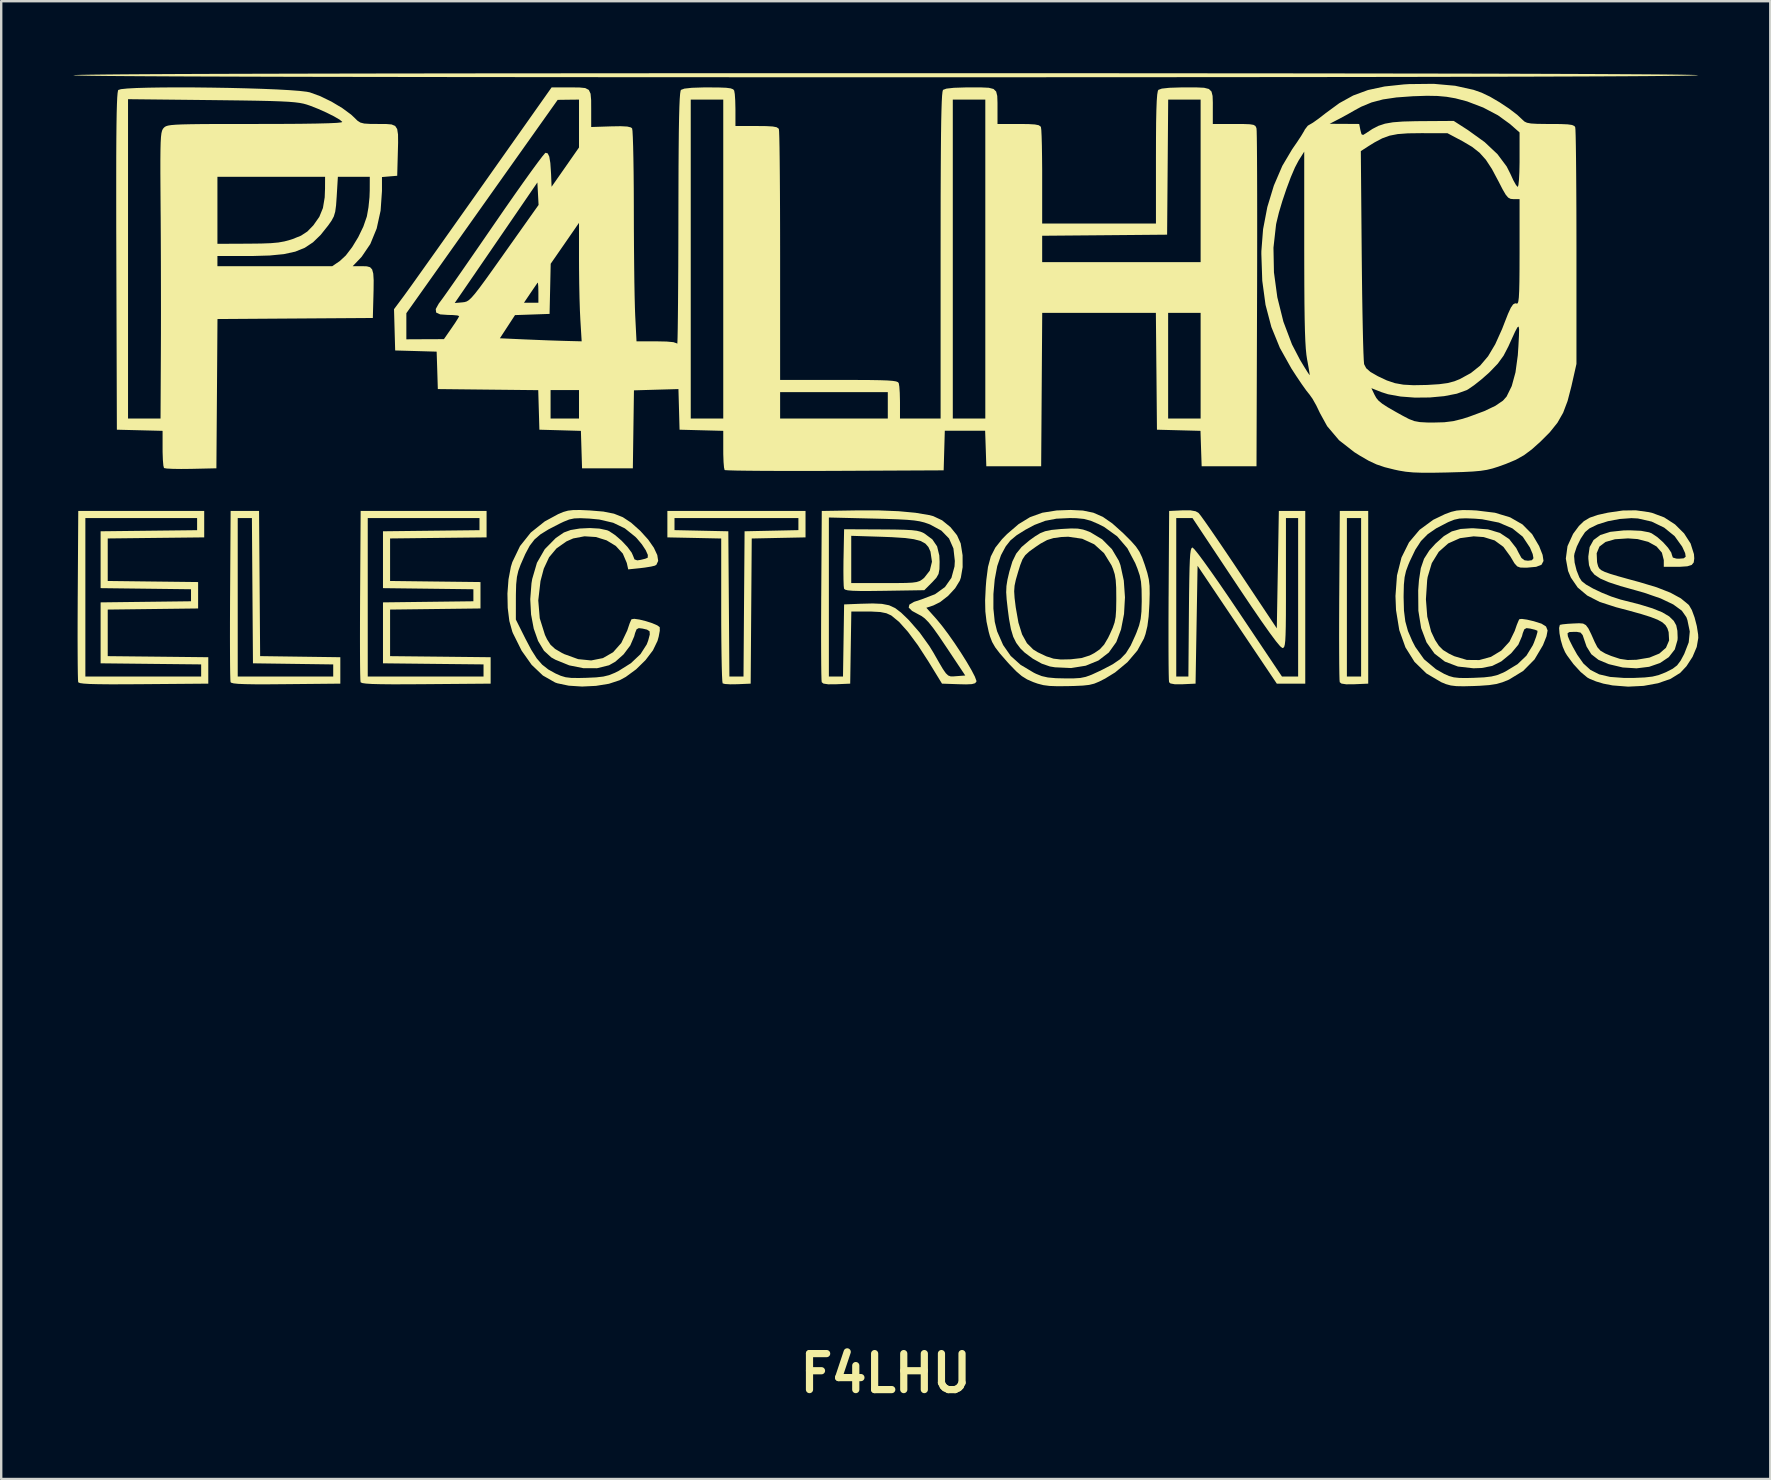
<source format=kicad_pcb>
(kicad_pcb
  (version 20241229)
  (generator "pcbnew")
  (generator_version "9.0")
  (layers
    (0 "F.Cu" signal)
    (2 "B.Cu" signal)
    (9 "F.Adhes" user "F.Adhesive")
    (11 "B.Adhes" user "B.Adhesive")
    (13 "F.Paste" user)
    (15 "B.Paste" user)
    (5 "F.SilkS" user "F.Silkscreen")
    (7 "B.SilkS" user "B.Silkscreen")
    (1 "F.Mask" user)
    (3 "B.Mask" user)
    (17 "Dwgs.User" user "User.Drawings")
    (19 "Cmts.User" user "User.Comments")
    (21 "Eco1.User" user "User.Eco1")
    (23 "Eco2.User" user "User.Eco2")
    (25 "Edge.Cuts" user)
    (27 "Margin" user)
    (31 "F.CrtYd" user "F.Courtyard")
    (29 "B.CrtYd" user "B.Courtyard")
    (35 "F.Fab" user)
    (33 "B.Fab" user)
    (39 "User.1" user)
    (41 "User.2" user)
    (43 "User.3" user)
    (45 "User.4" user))
  (footprint "F4LHU"
    (layer "F.Cu")
    (at 33.867 54.187)
    (property "Reference" "F4LHU" (at 0 0 0) (layer "F.SilkS") (effects (font (size 1.5 1.5) (thickness 0.3))))
    (attr board_only exclude_from_pos_files exclude_from_bom)
    (fp_poly (pts (xy 20.108 -32.343) (xy 20.108 -28.744) (xy 19.536 -28.719) (xy 19.193 -28.716) (xy 18.994 -28.746) (xy 18.921 -28.804) (xy 18.912 -28.91) (xy 18.905 -29.167) (xy 18.9 -29.556) (xy 18.897 -30.06) (xy 18.895 -30.66) (xy 18.896 -31.338) (xy 18.899 -32.074) (xy 18.9 -32.343) (xy 19.219 -32.343) (xy 19.219 -29.041) (xy 19.516 -29.041) (xy 19.812 -29.041) (xy 19.812 -32.343) (xy 19.812 -35.645) (xy 19.516 -35.645) (xy 19.219 -35.645) (xy 19.219 -32.343) (xy 18.9 -32.343) (xy 18.901 -32.427) (xy 18.923 -35.941) (xy 19.516 -35.941) (xy 20.108 -35.941)) (stroke (width 0) (type solid)) (fill yes) (layer "F.SilkS"))
    (fp_poly (pts (xy -26.097 -32.916) (xy -26.075 -29.891) (xy -24.404 -29.868) (xy -22.733 -29.845) (xy -22.733 -29.295) (xy -22.733 -28.744) (xy -25 -28.722) (xy -25.712 -28.716) (xy -26.27 -28.716) (xy -26.69 -28.723) (xy -26.988 -28.735) (xy -27.181 -28.755) (xy -27.282 -28.783) (xy -27.308 -28.807) (xy -27.316 -28.912) (xy -27.323 -29.168) (xy -27.328 -29.557) (xy -27.331 -30.061) (xy -27.333 -30.66) (xy -27.332 -31.337) (xy -27.329 -32.074) (xy -27.328 -32.343) (xy -27.009 -32.343) (xy -27.009 -29.041) (xy -25.019 -29.041) (xy -23.029 -29.041) (xy -23.029 -29.293) (xy -23.029 -29.545) (xy -24.702 -29.568) (xy -26.374 -29.591) (xy -26.396 -32.618) (xy -26.418 -35.645) (xy -26.713 -35.645) (xy -27.009 -35.645) (xy -27.009 -32.343) (xy -27.328 -32.343) (xy -27.327 -32.427) (xy -27.305 -35.941) (xy -26.712 -35.941) (xy -26.12 -35.941)) (stroke (width 0) (type solid)) (fill yes) (layer "F.SilkS"))
    (fp_poly (pts (xy -3.344 -35.391) (xy -3.344 -34.84) (xy -4.465 -34.817) (xy -5.586 -34.793) (xy -5.608 -31.769) (xy -5.63 -28.744) (xy -6.184 -28.72) (xy -6.477 -28.716) (xy -6.699 -28.729) (xy -6.798 -28.755) (xy -6.812 -28.851) (xy -6.825 -29.096) (xy -6.836 -29.472) (xy -6.845 -29.958) (xy -6.852 -30.535) (xy -6.857 -31.184) (xy -6.858 -31.804) (xy -6.858 -34.793) (xy -7.98 -34.817) (xy -9.102 -34.84) (xy -9.102 -35.391) (xy -9.102 -35.393) (xy -8.805 -35.393) (xy -8.805 -35.142) (xy -7.684 -35.118) (xy -6.562 -35.094) (xy -6.539 -32.068) (xy -6.517 -29.041) (xy -6.223 -29.041) (xy -5.929 -29.041) (xy -5.907 -32.068) (xy -5.884 -35.094) (xy -4.763 -35.118) (xy -3.641 -35.142) (xy -3.641 -35.393) (xy -3.641 -35.645) (xy -6.223 -35.645) (xy -8.805 -35.645) (xy -8.805 -35.393) (xy -9.102 -35.393) (xy -9.102 -35.941) (xy -6.223 -35.941) (xy -3.344 -35.941)) (stroke (width 0) (type solid)) (fill yes) (layer "F.SilkS"))
    (fp_poly (pts (xy -0.2 -35.171) (xy 0.36 -35.167) (xy 0.777 -35.157) (xy 1.08 -35.141) (xy 1.296 -35.115) (xy 1.451 -35.076) (xy 1.574 -35.023) (xy 1.611 -35.002) (xy 1.941 -34.757) (xy 2.14 -34.465) (xy 2.232 -34.086) (xy 2.244 -33.82) (xy 2.237 -33.515) (xy 2.2 -33.316) (xy 2.11 -33.158) (xy 1.943 -32.976) (xy 1.925 -32.958) (xy 1.606 -32.639) (xy -0.044 -32.613) (xy -0.633 -32.606) (xy -1.072 -32.606) (xy -1.382 -32.615) (xy -1.584 -32.633) (xy -1.696 -32.663) (xy -1.739 -32.702) (xy -1.753 -32.825) (xy -1.762 -33.083) (xy -1.765 -33.441) (xy -1.762 -33.866) (xy -1.761 -33.92) (xy -1.439 -33.92) (xy -1.439 -32.935) (xy -0.049 -32.935) (xy 0.467 -32.936) (xy 0.841 -32.941) (xy 1.104 -32.954) (xy 1.284 -32.979) (xy 1.409 -33.019) (xy 1.509 -33.079) (xy 1.599 -33.152) (xy 1.835 -33.454) (xy 1.926 -33.826) (xy 1.864 -34.243) (xy 1.862 -34.25) (xy 1.777 -34.439) (xy 1.648 -34.583) (xy 1.454 -34.689) (xy 1.17 -34.764) (xy 0.776 -34.815) (xy 0.249 -34.849) (xy -0.148 -34.864) (xy -1.439 -34.905) (xy -1.439 -33.92) (xy -1.761 -33.92) (xy -1.759 -33.998) (xy -1.736 -35.179)) (stroke (width 0) (type solid)) (fill yes) (layer "F.SilkS"))
    (fp_poly (pts (xy -28.406 -35.391) (xy -28.406 -34.84) (xy -30.417 -34.818) (xy -32.427 -34.795) (xy -32.427 -33.909) (xy -32.427 -33.023) (xy -30.544 -33) (xy -28.66 -32.978) (xy -28.66 -32.427) (xy -28.66 -31.877) (xy -30.544 -31.854) (xy -32.427 -31.831) (xy -32.427 -30.861) (xy -32.427 -29.89) (xy -30.332 -29.868) (xy -28.236 -29.845) (xy -28.236 -29.295) (xy -28.236 -28.744) (xy -30.927 -28.722) (xy -31.707 -28.717) (xy -32.333 -28.716) (xy -32.818 -28.721) (xy -33.178 -28.73) (xy -33.427 -28.746) (xy -33.58 -28.767) (xy -33.65 -28.796) (xy -33.658 -28.807) (xy -33.666 -28.912) (xy -33.673 -29.168) (xy -33.678 -29.557) (xy -33.681 -30.061) (xy -33.683 -30.66) (xy -33.682 -31.337) (xy -33.679 -32.074) (xy -33.678 -32.343) (xy -33.359 -32.343) (xy -33.359 -29.041) (xy -30.946 -29.041) (xy -28.533 -29.041) (xy -28.533 -29.293) (xy -28.533 -29.546) (xy -30.628 -29.568) (xy -32.724 -29.591) (xy -32.724 -30.861) (xy -32.724 -32.131) (xy -30.84 -32.154) (xy -28.956 -32.177) (xy -28.956 -32.427) (xy -28.956 -32.678) (xy -30.84 -32.701) (xy -32.724 -32.724) (xy -32.724 -33.909) (xy -32.724 -35.094) (xy -30.713 -35.117) (xy -28.702 -35.14) (xy -28.702 -35.392) (xy -28.702 -35.645) (xy -31.03 -35.645) (xy -33.359 -35.645) (xy -33.359 -32.343) (xy -33.678 -32.343) (xy -33.677 -32.427) (xy -33.655 -35.941) (xy -31.03 -35.941) (xy -28.406 -35.941)) (stroke (width 0) (type solid)) (fill yes) (layer "F.SilkS"))
    (fp_poly (pts (xy -16.637 -35.391) (xy -16.637 -34.84) (xy -18.648 -34.818) (xy -20.659 -34.795) (xy -20.659 -33.909) (xy -20.659 -33.023) (xy -18.775 -33) (xy -16.891 -32.978) (xy -16.891 -32.427) (xy -16.891 -31.877) (xy -18.775 -31.854) (xy -20.659 -31.831) (xy -20.659 -30.861) (xy -20.659 -29.89) (xy -18.563 -29.868) (xy -16.468 -29.845) (xy -16.468 -29.295) (xy -16.468 -28.744) (xy -19.158 -28.722) (xy -19.938 -28.717) (xy -20.564 -28.716) (xy -21.05 -28.721) (xy -21.41 -28.73) (xy -21.659 -28.746) (xy -21.811 -28.767) (xy -21.882 -28.796) (xy -21.889 -28.807) (xy -21.898 -28.912) (xy -21.905 -29.168) (xy -21.91 -29.557) (xy -21.913 -30.061) (xy -21.914 -30.66) (xy -21.913 -31.337) (xy -21.91 -32.074) (xy -21.909 -32.343) (xy -21.59 -32.343) (xy -21.59 -29.041) (xy -19.177 -29.041) (xy -16.764 -29.041) (xy -16.764 -29.293) (xy -16.764 -29.546) (xy -18.86 -29.568) (xy -20.955 -29.591) (xy -20.955 -30.861) (xy -20.955 -32.131) (xy -19.071 -32.154) (xy -17.187 -32.177) (xy -17.187 -32.427) (xy -17.187 -32.678) (xy -19.071 -32.701) (xy -20.955 -32.724) (xy -20.955 -33.909) (xy -20.955 -35.094) (xy -18.944 -35.117) (xy -16.933 -35.14) (xy -16.933 -35.392) (xy -16.933 -35.645) (xy -19.262 -35.645) (xy -21.59 -35.645) (xy -21.59 -32.343) (xy -21.909 -32.343) (xy -21.908 -32.427) (xy -21.886 -35.941) (xy -19.262 -35.941) (xy -16.637 -35.941)) (stroke (width 0) (type solid)) (fill yes) (layer "F.SilkS"))
    (fp_poly (pts (xy 3.286 -54.186) (xy 6.406 -54.186) (xy 9.358 -54.185) (xy 12.143 -54.183) (xy 14.761 -54.181) (xy 17.212 -54.179) (xy 19.495 -54.176) (xy 21.61 -54.173) (xy 23.557 -54.17) (xy 25.337 -54.166) (xy 26.948 -54.161) (xy 28.391 -54.156) (xy 29.666 -54.151) (xy 30.772 -54.145) (xy 31.71 -54.139) (xy 32.479 -54.133) (xy 33.08 -54.126) (xy 33.511 -54.118) (xy 33.773 -54.111) (xy 33.866 -54.102) (xy 33.867 -54.102) (xy 33.782 -54.094) (xy 33.528 -54.086) (xy 33.105 -54.079) (xy 32.513 -54.072) (xy 31.753 -54.065) (xy 30.823 -54.059) (xy 29.725 -54.053) (xy 28.459 -54.048) (xy 27.024 -54.043) (xy 25.421 -54.039) (xy 23.65 -54.035) (xy 21.711 -54.031) (xy 19.604 -54.028) (xy 17.33 -54.025) (xy 14.888 -54.023) (xy 12.278 -54.021) (xy 9.501 -54.019) (xy 6.557 -54.018) (xy 3.446 -54.018) (xy 0.168 -54.017) (xy -0.000001 -54.017) (xy -3.286 -54.018) (xy -6.406 -54.018) (xy -9.358 -54.019) (xy -12.143 -54.021) (xy -14.761 -54.023) (xy -17.212 -54.025) (xy -19.495 -54.028) (xy -21.61 -54.031) (xy -23.557 -54.034) (xy -25.337 -54.038) (xy -26.948 -54.043) (xy -28.391 -54.048) (xy -29.666 -54.053) (xy -30.772 -54.059) (xy -31.71 -54.065) (xy -32.479 -54.071) (xy -33.08 -54.078) (xy -33.511 -54.086) (xy -33.773 -54.093) (xy -33.866 -54.102) (xy -33.867 -54.102) (xy -33.782 -54.11) (xy -33.528 -54.118) (xy -33.105 -54.125) (xy -32.513 -54.132) (xy -31.753 -54.139) (xy -30.823 -54.145) (xy -29.725 -54.151) (xy -28.459 -54.156) (xy -27.024 -54.161) (xy -25.421 -54.165) (xy -23.65 -54.169) (xy -21.711 -54.173) (xy -19.604 -54.176) (xy -17.33 -54.179) (xy -14.888 -54.181) (xy -12.278 -54.183) (xy -9.501 -54.185) (xy -6.557 -54.186) (xy -3.446 -54.186) (xy -0.168 -54.187) (xy -0.000001 -54.187)) (stroke (width 0) (type solid)) (fill yes) (layer "F.SilkS"))
    (fp_poly (pts (xy 12.916 -35.928) (xy 13.038 -35.857) (xy 13.119 -35.756) (xy 13.282 -35.531) (xy 13.513 -35.201) (xy 13.801 -34.782) (xy 14.133 -34.293) (xy 14.498 -33.751) (xy 14.742 -33.385) (xy 16.298 -31.048) (xy 16.341 -33.494) (xy 16.383 -35.941) (xy 16.933 -35.941) (xy 17.484 -35.941) (xy 17.484 -32.343) (xy 17.484 -28.744) (xy 16.891 -28.744) (xy 16.298 -28.744) (xy 14.647 -31.2) (xy 12.996 -33.655) (xy 12.954 -31.2) (xy 12.912 -28.744) (xy 12.381 -28.719) (xy 12.051 -28.717) (xy 11.865 -28.752) (xy 11.809 -28.804) (xy 11.8 -28.91) (xy 11.793 -29.167) (xy 11.788 -29.556) (xy 11.785 -30.06) (xy 11.784 -30.66) (xy 11.784 -31.338) (xy 11.787 -32.074) (xy 11.788 -32.343) (xy 12.107 -32.343) (xy 12.107 -29.041) (xy 12.36 -29.041) (xy 12.613 -29.041) (xy 12.635 -31.729) (xy 12.642 -32.484) (xy 12.651 -33.086) (xy 12.661 -33.551) (xy 12.674 -33.897) (xy 12.69 -34.14) (xy 12.712 -34.297) (xy 12.739 -34.383) (xy 12.772 -34.415) (xy 12.785 -34.417) (xy 12.86 -34.348) (xy 13.019 -34.152) (xy 13.251 -33.841) (xy 13.546 -33.429) (xy 13.895 -32.93) (xy 14.288 -32.358) (xy 14.712 -31.729) (xy 16.513 -29.041) (xy 16.85 -29.041) (xy 17.187 -29.041) (xy 17.187 -32.343) (xy 17.187 -35.645) (xy 16.933 -35.645) (xy 16.679 -35.645) (xy 16.679 -32.935) (xy 16.679 -32.185) (xy 16.677 -31.588) (xy 16.672 -31.125) (xy 16.663 -30.78) (xy 16.651 -30.537) (xy 16.632 -30.377) (xy 16.608 -30.283) (xy 16.576 -30.24) (xy 16.536 -30.228) (xy 16.531 -30.228) (xy 16.441 -30.299) (xy 16.265 -30.509) (xy 16.004 -30.86) (xy 15.656 -31.352) (xy 15.221 -31.987) (xy 14.699 -32.765) (xy 14.584 -32.938) (xy 12.784 -35.645) (xy 12.446 -35.645) (xy 12.107 -35.645) (xy 12.107 -32.343) (xy 11.788 -32.343) (xy 11.789 -32.427) (xy 11.811 -35.941) (xy 12.35 -35.966) (xy 12.695 -35.968)) (stroke (width 0) (type solid)) (fill yes) (layer "F.SilkS"))
    (fp_poly (pts (xy 8.001 -35.206) (xy 8.224 -35.166) (xy 8.453 -35.086) (xy 8.529 -35.054) (xy 9.018 -34.76) (xy 9.425 -34.35) (xy 9.714 -33.865) (xy 9.781 -33.684) (xy 9.921 -33.039) (xy 9.97 -32.343) (xy 9.931 -31.647) (xy 9.806 -31.001) (xy 9.609 -30.478) (xy 9.296 -30.04) (xy 8.864 -29.708) (xy 8.334 -29.491) (xy 7.724 -29.394) (xy 7.052 -29.425) (xy 6.841 -29.46) (xy 6.502 -29.577) (xy 6.127 -29.786) (xy 5.782 -30.044) (xy 5.608 -30.216) (xy 5.439 -30.442) (xy 5.313 -30.695) (xy 5.217 -31.015) (xy 5.138 -31.439) (xy 5.086 -31.835) (xy 5.039 -32.252) (xy 5.019 -32.559) (xy 5.021 -32.592) (xy 5.352 -32.592) (xy 5.369 -32.316) (xy 5.416 -31.936) (xy 5.418 -31.919) (xy 5.53 -31.285) (xy 5.682 -30.795) (xy 5.884 -30.43) (xy 6.147 -30.167) (xy 6.336 -30.051) (xy 6.695 -29.881) (xy 6.991 -29.786) (xy 7.298 -29.75) (xy 7.69 -29.758) (xy 7.732 -29.761) (xy 8.16 -29.811) (xy 8.499 -29.918) (xy 8.693 -30.018) (xy 8.926 -30.179) (xy 9.103 -30.374) (xy 9.268 -30.655) (xy 9.341 -30.806) (xy 9.46 -31.071) (xy 9.537 -31.293) (xy 9.581 -31.523) (xy 9.601 -31.812) (xy 9.608 -32.211) (xy 9.608 -32.3) (xy 9.604 -32.741) (xy 9.584 -33.06) (xy 9.543 -33.305) (xy 9.473 -33.525) (xy 9.408 -33.677) (xy 9.097 -34.182) (xy 8.687 -34.552) (xy 8.186 -34.783) (xy 7.606 -34.867) (xy 7.317 -34.855) (xy 6.988 -34.81) (xy 6.725 -34.729) (xy 6.456 -34.583) (xy 6.242 -34.44) (xy 5.983 -34.253) (xy 5.815 -34.1) (xy 5.701 -33.929) (xy 5.606 -33.689) (xy 5.516 -33.4) (xy 5.421 -33.073) (xy 5.368 -32.824) (xy 5.352 -32.592) (xy 5.021 -32.592) (xy 5.03 -32.814) (xy 5.072 -33.076) (xy 5.148 -33.401) (xy 5.15 -33.41) (xy 5.277 -33.833) (xy 5.435 -34.16) (xy 5.66 -34.438) (xy 5.986 -34.713) (xy 6.226 -34.885) (xy 6.436 -35.014) (xy 6.644 -35.097) (xy 6.904 -35.15) (xy 7.272 -35.186) (xy 7.34 -35.191) (xy 7.726 -35.212)) (stroke (width 0) (type solid)) (fill yes) (layer "F.SilkS"))
    (fp_poly (pts (xy -0.294 -35.964) (xy 0.533 -35.931) (xy 1.235 -35.866) (xy 1.795 -35.772) (xy 1.977 -35.726) (xy 2.349 -35.551) (xy 2.696 -35.268) (xy 2.971 -34.927) (xy 3.123 -34.589) (xy 3.202 -34.095) (xy 3.204 -33.597) (xy 3.13 -33.163) (xy 3.087 -33.038) (xy 2.893 -32.72) (xy 2.6 -32.403) (xy 2.265 -32.142) (xy 1.983 -32.002) (xy 1.692 -31.906) (xy 2.121 -31.426) (xy 2.348 -31.15) (xy 2.605 -30.808) (xy 2.874 -30.425) (xy 3.136 -30.029) (xy 3.375 -29.647) (xy 3.573 -29.308) (xy 3.713 -29.038) (xy 3.778 -28.864) (xy 3.778 -28.825) (xy 3.72 -28.76) (xy 3.588 -28.724) (xy 3.349 -28.713) (xy 3.036 -28.72) (xy 2.344 -28.744) (xy 1.786 -29.655) (xy 1.339 -30.345) (xy 0.926 -30.902) (xy 0.556 -31.317) (xy 0.234 -31.581) (xy 0.221 -31.589) (xy 0.025 -31.678) (xy -0.229 -31.729) (xy -0.589 -31.748) (xy -0.739 -31.75) (xy -1.435 -31.75) (xy -1.459 -30.247) (xy -1.482 -28.744) (xy -2.054 -28.719) (xy -2.397 -28.716) (xy -2.596 -28.746) (xy -2.669 -28.804) (xy -2.678 -28.91) (xy -2.685 -29.167) (xy -2.69 -29.556) (xy -2.693 -30.06) (xy -2.695 -30.66) (xy -2.694 -31.338) (xy -2.691 -32.074) (xy -2.69 -32.354) (xy -2.371 -32.354) (xy -2.371 -29.041) (xy -2.076 -29.041) (xy -1.782 -29.041) (xy -1.759 -30.544) (xy -1.736 -32.046) (xy -1.058 -32.073) (xy -0.545 -32.086) (xy -0.16 -32.069) (xy 0.139 -32.01) (xy 0.392 -31.893) (xy 0.639 -31.704) (xy 0.923 -31.431) (xy 0.974 -31.379) (xy 1.41 -30.878) (xy 1.817 -30.312) (xy 1.99 -30.03) (xy 2.218 -29.63) (xy 2.381 -29.353) (xy 2.502 -29.179) (xy 2.602 -29.084) (xy 2.703 -29.047) (xy 2.825 -29.046) (xy 2.951 -29.056) (xy 3.313 -29.083) (xy 2.524 -30.268) (xy 2.215 -30.727) (xy 1.975 -31.063) (xy 1.786 -31.3) (xy 1.628 -31.46) (xy 1.484 -31.566) (xy 1.397 -31.612) (xy 1.095 -31.776) (xy 0.956 -31.915) (xy 0.984 -32.038) (xy 1.178 -32.153) (xy 1.493 -32.256) (xy 2.053 -32.471) (xy 2.467 -32.769) (xy 2.737 -33.154) (xy 2.866 -33.629) (xy 2.879 -33.858) (xy 2.82 -34.379) (xy 2.637 -34.794) (xy 2.318 -35.121) (xy 1.852 -35.374) (xy 1.784 -35.401) (xy 1.606 -35.462) (xy 1.415 -35.509) (xy 1.186 -35.545) (xy 0.89 -35.572) (xy 0.501 -35.593) (xy -0.008 -35.611) (xy -0.529 -35.624) (xy -2.371 -35.668) (xy -2.371 -32.354) (xy -2.69 -32.354) (xy -2.689 -32.427) (xy -2.667 -35.941) (xy -1.228 -35.964)) (stroke (width 0) (type solid)) (fill yes) (layer "F.SilkS"))
    (fp_poly (pts (xy 8.217 -35.958) (xy 8.653 -35.868) (xy 9.048 -35.695) (xy 9.445 -35.419) (xy 9.888 -35.022) (xy 9.919 -34.992) (xy 10.221 -34.69) (xy 10.429 -34.455) (xy 10.573 -34.242) (xy 10.685 -34.004) (xy 10.796 -33.694) (xy 10.801 -33.678) (xy 10.902 -33.358) (xy 10.964 -33.091) (xy 10.995 -32.82) (xy 11 -32.49) (xy 10.988 -32.062) (xy 10.957 -31.542) (xy 10.905 -31.142) (xy 10.826 -30.812) (xy 10.76 -30.624) (xy 10.485 -30.122) (xy 10.074 -29.639) (xy 9.559 -29.211) (xy 9.144 -28.956) (xy 8.895 -28.829) (xy 8.69 -28.744) (xy 8.479 -28.692) (xy 8.218 -28.663) (xy 7.858 -28.647) (xy 7.62 -28.641) (xy 7.165 -28.636) (xy 6.83 -28.648) (xy 6.568 -28.682) (xy 6.33 -28.744) (xy 6.149 -28.808) (xy 5.892 -28.92) (xy 5.668 -29.06) (xy 5.435 -29.26) (xy 5.153 -29.552) (xy 5.042 -29.675) (xy 4.755 -30.004) (xy 4.561 -30.258) (xy 4.432 -30.483) (xy 4.341 -30.723) (xy 4.291 -30.903) (xy 4.2 -31.327) (xy 4.151 -31.747) (xy 4.148 -31.871) (xy 4.486 -31.871) (xy 4.543 -31.319) (xy 4.64 -30.927) (xy 4.891 -30.354) (xy 5.207 -29.899) (xy 5.621 -29.527) (xy 6.167 -29.202) (xy 6.265 -29.153) (xy 6.499 -29.059) (xy 6.757 -29.001) (xy 7.09 -28.971) (xy 7.457 -28.963) (xy 7.832 -28.963) (xy 8.106 -28.98) (xy 8.337 -29.027) (xy 8.584 -29.118) (xy 8.904 -29.266) (xy 9.04 -29.332) (xy 9.462 -29.553) (xy 9.773 -29.766) (xy 10.009 -30.012) (xy 10.208 -30.331) (xy 10.405 -30.763) (xy 10.454 -30.881) (xy 10.559 -31.169) (xy 10.624 -31.439) (xy 10.657 -31.749) (xy 10.668 -32.158) (xy 10.668 -32.262) (xy 10.662 -32.681) (xy 10.638 -32.991) (xy 10.585 -33.256) (xy 10.491 -33.535) (xy 10.399 -33.763) (xy 10.068 -34.389) (xy 9.643 -34.885) (xy 9.104 -35.273) (xy 8.866 -35.395) (xy 8.547 -35.532) (xy 8.265 -35.608) (xy 7.943 -35.64) (xy 7.672 -35.645) (xy 7.113 -35.619) (xy 6.646 -35.53) (xy 6.198 -35.359) (xy 5.82 -35.157) (xy 5.453 -34.927) (xy 5.195 -34.712) (xy 5 -34.464) (xy 4.821 -34.133) (xy 4.8 -34.089) (xy 4.646 -33.642) (xy 4.541 -33.086) (xy 4.487 -32.478) (xy 4.486 -31.871) (xy 4.148 -31.871) (xy 4.141 -32.213) (xy 4.168 -32.775) (xy 4.19 -33.056) (xy 4.261 -33.608) (xy 4.378 -34.043) (xy 4.566 -34.412) (xy 4.846 -34.765) (xy 5.054 -34.977) (xy 5.535 -35.391) (xy 6.011 -35.682) (xy 6.525 -35.867) (xy 7.121 -35.962) (xy 7.697 -35.983)) (stroke (width 0) (type solid)) (fill yes) (layer "F.SilkS"))
    (fp_poly (pts (xy 24.39 -35.973) (xy 24.622 -35.961) (xy 25.389 -35.867) (xy 26.023 -35.675) (xy 26.537 -35.38) (xy 26.939 -34.974) (xy 27.231 -34.478) (xy 27.376 -34.11) (xy 27.414 -33.858) (xy 27.33 -33.699) (xy 27.109 -33.613) (xy 26.739 -33.579) (xy 26.633 -33.577) (xy 26.445 -33.583) (xy 26.316 -33.632) (xy 26.202 -33.76) (xy 26.06 -33.999) (xy 26.039 -34.036) (xy 25.743 -34.444) (xy 25.378 -34.712) (xy 24.919 -34.853) (xy 24.504 -34.883) (xy 23.933 -34.807) (xy 23.444 -34.589) (xy 23.048 -34.238) (xy 22.758 -33.767) (xy 22.585 -33.187) (xy 22.565 -33.056) (xy 22.513 -32.259) (xy 22.569 -31.537) (xy 22.73 -30.914) (xy 22.894 -30.565) (xy 23.054 -30.32) (xy 23.228 -30.145) (xy 23.471 -29.996) (xy 23.696 -29.887) (xy 24.218 -29.732) (xy 24.737 -29.727) (xy 25.225 -29.861) (xy 25.655 -30.121) (xy 25.997 -30.495) (xy 26.213 -30.939) (xy 26.301 -31.193) (xy 26.377 -31.376) (xy 26.408 -31.431) (xy 26.512 -31.442) (xy 26.73 -31.411) (xy 27.011 -31.345) (xy 27.332 -31.243) (xy 27.519 -31.126) (xy 27.584 -30.962) (xy 27.539 -30.718) (xy 27.397 -30.361) (xy 27.39 -30.344) (xy 27.04 -29.753) (xy 26.564 -29.271) (xy 25.98 -28.915) (xy 25.966 -28.908) (xy 25.699 -28.8) (xy 25.443 -28.728) (xy 25.148 -28.683) (xy 24.76 -28.655) (xy 24.516 -28.645) (xy 24.086 -28.634) (xy 23.778 -28.64) (xy 23.548 -28.668) (xy 23.349 -28.723) (xy 23.15 -28.805) (xy 22.534 -29.169) (xy 22.037 -29.652) (xy 21.66 -30.254) (xy 21.403 -30.973) (xy 21.267 -31.809) (xy 21.246 -32.343) (xy 21.583 -32.343) (xy 21.598 -31.788) (xy 21.654 -31.339) (xy 21.764 -30.937) (xy 21.944 -30.52) (xy 22.07 -30.276) (xy 22.436 -29.76) (xy 22.932 -29.345) (xy 23.27 -29.153) (xy 23.476 -29.062) (xy 23.674 -29.007) (xy 23.914 -28.981) (xy 24.244 -28.979) (xy 24.511 -28.986) (xy 24.935 -29.006) (xy 25.244 -29.042) (xy 25.492 -29.104) (xy 25.733 -29.203) (xy 25.823 -29.248) (xy 26.332 -29.556) (xy 26.702 -29.91) (xy 26.967 -30.342) (xy 27.015 -30.452) (xy 27.108 -30.704) (xy 27.16 -30.885) (xy 27.162 -30.948) (xy 27.06 -30.99) (xy 26.867 -31.037) (xy 26.866 -31.038) (xy 26.705 -31.058) (xy 26.614 -31.008) (xy 26.551 -30.851) (xy 26.517 -30.72) (xy 26.364 -30.367) (xy 26.075 -30.019) (xy 26.045 -29.991) (xy 25.658 -29.673) (xy 25.276 -29.482) (xy 24.837 -29.396) (xy 24.493 -29.384) (xy 23.847 -29.457) (xy 23.305 -29.662) (xy 22.868 -29.998) (xy 22.538 -30.465) (xy 22.314 -31.06) (xy 22.198 -31.783) (xy 22.191 -32.631) (xy 22.223 -33.055) (xy 22.3 -33.556) (xy 22.435 -33.949) (xy 22.654 -34.294) (xy 22.911 -34.578) (xy 23.262 -34.893) (xy 23.591 -35.089) (xy 23.957 -35.19) (xy 24.421 -35.221) (xy 24.476 -35.221) (xy 25.099 -35.174) (xy 25.596 -35.026) (xy 25.984 -34.769) (xy 26.277 -34.394) (xy 26.376 -34.199) (xy 26.496 -33.981) (xy 26.624 -33.885) (xy 26.768 -33.867) (xy 26.931 -33.888) (xy 26.995 -33.971) (xy 26.963 -34.145) (xy 26.848 -34.417) (xy 26.549 -34.868) (xy 26.118 -35.214) (xy 25.555 -35.456) (xy 24.858 -35.595) (xy 24.553 -35.62) (xy 24.176 -35.635) (xy 23.908 -35.624) (xy 23.691 -35.576) (xy 23.465 -35.486) (xy 23.41 -35.46) (xy 22.941 -35.216) (xy 22.585 -34.97) (xy 22.306 -34.686) (xy 22.07 -34.323) (xy 21.841 -33.844) (xy 21.779 -33.697) (xy 21.684 -33.44) (xy 21.625 -33.18) (xy 21.594 -32.867) (xy 21.584 -32.447) (xy 21.583 -32.343) (xy 21.246 -32.343) (xy 21.244 -32.397) (xy 21.307 -33.255) (xy 21.494 -33.999) (xy 21.807 -34.631) (xy 22.247 -35.154) (xy 22.816 -35.572) (xy 23.31 -35.81) (xy 23.566 -35.904) (xy 23.794 -35.958) (xy 24.051 -35.979)) (stroke (width 0) (type solid)) (fill yes) (layer "F.SilkS"))
    (fp_poly (pts (xy -12.337 -35.963) (xy -11.772 -35.916) (xy -11.328 -35.828) (xy -10.957 -35.68) (xy -10.612 -35.452) (xy -10.246 -35.125) (xy -10.224 -35.104) (xy -9.902 -34.748) (xy -9.665 -34.408) (xy -9.523 -34.104) (xy -9.485 -33.86) (xy -9.56 -33.698) (xy -9.624 -33.661) (xy -9.783 -33.623) (xy -10.045 -33.581) (xy -10.25 -33.556) (xy -10.734 -33.506) (xy -10.793 -33.773) (xy -10.96 -34.165) (xy -11.252 -34.483) (xy -11.637 -34.717) (xy -12.083 -34.855) (xy -12.557 -34.885) (xy -13.027 -34.796) (xy -13.311 -34.671) (xy -13.724 -34.379) (xy -14.032 -34.011) (xy -14.253 -33.537) (xy -14.39 -33.02) (xy -14.483 -32.212) (xy -14.421 -31.467) (xy -14.204 -30.774) (xy -14.116 -30.59) (xy -13.973 -30.366) (xy -13.782 -30.191) (xy -13.493 -30.021) (xy -13.403 -29.976) (xy -12.82 -29.765) (xy -12.277 -29.711) (xy -11.788 -29.808) (xy -11.365 -30.052) (xy -11.023 -30.438) (xy -10.774 -30.959) (xy -10.751 -31.03) (xy -10.674 -31.256) (xy -10.609 -31.407) (xy -10.594 -31.428) (xy -10.482 -31.446) (xy -10.266 -31.415) (xy -9.999 -31.349) (xy -9.734 -31.264) (xy -9.524 -31.174) (xy -9.421 -31.096) (xy -9.42 -31.094) (xy -9.418 -30.948) (xy -9.463 -30.706) (xy -9.513 -30.526) (xy -9.703 -30.133) (xy -10.013 -29.724) (xy -10.404 -29.341) (xy -10.836 -29.024) (xy -11.091 -28.886) (xy -11.537 -28.739) (xy -12.079 -28.651) (xy -12.658 -28.623) (xy -13.213 -28.659) (xy -13.687 -28.759) (xy -13.783 -28.793) (xy -14.29 -29.082) (xy -14.758 -29.527) (xy -15.176 -30.117) (xy -15.537 -30.842) (xy -15.565 -30.91) (xy -15.688 -31.353) (xy -15.696 -31.415) (xy -15.417 -31.415) (xy -15.025 -30.63) (xy -14.771 -30.149) (xy -14.546 -29.795) (xy -14.32 -29.535) (xy -14.064 -29.334) (xy -13.761 -29.166) (xy -13.543 -29.07) (xy -13.343 -29.011) (xy -13.109 -28.983) (xy -12.792 -28.979) (xy -12.488 -28.986) (xy -12.073 -29.005) (xy -11.772 -29.039) (xy -11.53 -29.098) (xy -11.292 -29.195) (xy -11.134 -29.274) (xy -10.622 -29.596) (xy -10.223 -29.973) (xy -9.961 -30.381) (xy -9.9 -30.544) (xy -9.835 -30.792) (xy -9.844 -30.926) (xy -9.95 -30.995) (xy -10.133 -31.038) (xy -10.293 -31.058) (xy -10.384 -31.01) (xy -10.447 -30.855) (xy -10.485 -30.713) (xy -10.649 -30.333) (xy -10.928 -29.963) (xy -11.27 -29.659) (xy -11.533 -29.51) (xy -12.034 -29.386) (xy -12.601 -29.387) (xy -13.193 -29.506) (xy -13.768 -29.74) (xy -13.941 -29.837) (xy -14.244 -30.113) (xy -14.49 -30.522) (xy -14.672 -31.036) (xy -14.783 -31.626) (xy -14.817 -32.265) (xy -14.766 -32.923) (xy -14.736 -33.105) (xy -14.538 -33.781) (xy -14.212 -34.348) (xy -13.754 -34.812) (xy -13.415 -35.044) (xy -13.136 -35.146) (xy -12.756 -35.209) (xy -12.334 -35.229) (xy -11.932 -35.206) (xy -11.61 -35.136) (xy -11.532 -35.102) (xy -11.277 -34.933) (xy -11.006 -34.698) (xy -10.763 -34.439) (xy -10.589 -34.202) (xy -10.533 -34.076) (xy -10.472 -33.922) (xy -10.357 -33.882) (xy -10.218 -33.902) (xy -10.026 -33.949) (xy -9.922 -33.992) (xy -9.922 -33.992) (xy -9.916 -34.107) (xy -10.004 -34.306) (xy -10.164 -34.549) (xy -10.373 -34.798) (xy -10.44 -34.866) (xy -10.874 -35.215) (xy -11.36 -35.449) (xy -11.938 -35.584) (xy -12.357 -35.624) (xy -12.725 -35.64) (xy -12.985 -35.63) (xy -13.198 -35.584) (xy -13.426 -35.492) (xy -13.589 -35.414) (xy -14.049 -35.177) (xy -14.388 -34.968) (xy -14.641 -34.751) (xy -14.842 -34.488) (xy -15.025 -34.144) (xy -15.221 -33.697) (xy -15.314 -33.444) (xy -15.372 -33.19) (xy -15.404 -32.883) (xy -15.415 -32.474) (xy -15.416 -32.324) (xy -15.417 -31.415) (xy -15.696 -31.415) (xy -15.756 -31.901) (xy -15.768 -32.498) (xy -15.724 -33.087) (xy -15.625 -33.613) (xy -15.565 -33.808) (xy -15.244 -34.477) (xy -14.795 -35.041) (xy -14.212 -35.506) (xy -13.657 -35.807) (xy -13.44 -35.899) (xy -13.243 -35.954) (xy -13.02 -35.979) (xy -12.721 -35.98)) (stroke (width 0) (type solid)) (fill yes) (layer "F.SilkS"))
    (fp_poly (pts (xy -28.809 -53.593) (xy -28.093 -53.585) (xy -27.372 -53.573) (xy -26.669 -53.556) (xy -26.003 -53.535) (xy -25.396 -53.51) (xy -24.869 -53.481) (xy -24.441 -53.449) (xy -24.133 -53.413) (xy -24.003 -53.387) (xy -23.57 -53.229) (xy -23.101 -53.001) (xy -22.654 -52.734) (xy -22.285 -52.462) (xy -22.146 -52.332) (xy -22.018 -52.206) (xy -21.897 -52.129) (xy -21.739 -52.088) (xy -21.498 -52.073) (xy -21.152 -52.07) (xy -20.826 -52.069) (xy -20.596 -52.05) (xy -20.447 -51.988) (xy -20.363 -51.857) (xy -20.328 -51.632) (xy -20.325 -51.289) (xy -20.338 -50.801) (xy -20.338 -50.8) (xy -20.362 -49.911) (xy -20.68 -49.885) (xy -20.997 -49.858) (xy -20.997 -49.276) (xy -21.054 -48.458) (xy -21.218 -47.713) (xy -21.483 -47.066) (xy -21.841 -46.538) (xy -21.912 -46.461) (xy -22.217 -46.143) (xy -21.82 -46.143) (xy -21.628 -46.137) (xy -21.493 -46.1) (xy -21.407 -46.007) (xy -21.36 -45.834) (xy -21.343 -45.555) (xy -21.347 -45.145) (xy -21.354 -44.873) (xy -21.378 -43.984) (xy -24.616 -43.962) (xy -27.853 -43.94) (xy -27.875 -40.829) (xy -27.898 -37.719) (xy -28.961 -37.695) (xy -29.369 -37.691) (xy -29.715 -37.696) (xy -29.963 -37.709) (xy -30.08 -37.729) (xy -30.082 -37.731) (xy -30.109 -37.837) (xy -30.129 -38.07) (xy -30.14 -38.387) (xy -30.141 -38.535) (xy -30.141 -39.28) (xy -31.094 -39.304) (xy -32.046 -39.328) (xy -32.068 -46.346) (xy -32.068 -46.448) (xy -31.581 -46.448) (xy -31.581 -39.793) (xy -30.903 -39.793) (xy -30.226 -39.793) (xy -30.212 -42.566) (xy -30.209 -43.356) (xy -30.208 -44.268) (xy -30.209 -45.254) (xy -30.211 -46.267) (xy -30.212 -46.567) (xy -27.855 -46.567) (xy -27.855 -46.355) (xy -27.855 -46.143) (xy -25.462 -46.143) (xy -23.069 -46.143) (xy -22.756 -46.356) (xy -22.506 -46.588) (xy -22.24 -46.936) (xy -21.986 -47.353) (xy -21.774 -47.792) (xy -21.631 -48.204) (xy -21.622 -48.243) (xy -21.559 -48.602) (xy -21.517 -49.02) (xy -21.507 -49.297) (xy -21.505 -49.869) (xy -22.17 -49.869) (xy -22.835 -49.869) (xy -22.883 -49.064) (xy -22.91 -48.679) (xy -22.946 -48.413) (xy -23.004 -48.216) (xy -23.101 -48.036) (xy -23.241 -47.837) (xy -23.555 -47.444) (xy -23.871 -47.138) (xy -24.214 -46.91) (xy -24.611 -46.749) (xy -25.09 -46.645) (xy -25.677 -46.588) (xy -26.398 -46.567) (xy -26.582 -46.567) (xy -27.855 -46.567) (xy -30.212 -46.567) (xy -30.215 -47.259) (xy -30.22 -48.183) (xy -30.223 -48.472) (xy -27.855 -48.472) (xy -27.855 -47.075) (xy -26.564 -47.081) (xy -26.031 -47.087) (xy -25.628 -47.102) (xy -25.318 -47.13) (xy -25.061 -47.176) (xy -24.819 -47.242) (xy -24.729 -47.271) (xy -24.371 -47.415) (xy -24.107 -47.588) (xy -23.863 -47.839) (xy -23.854 -47.85) (xy -23.609 -48.198) (xy -23.458 -48.567) (xy -23.384 -49.01) (xy -23.37 -49.382) (xy -23.368 -49.869) (xy -25.612 -49.869) (xy -27.855 -49.869) (xy -27.855 -48.472) (xy -30.223 -48.472) (xy -30.223 -48.537) (xy -30.229 -49.361) (xy -30.233 -50.032) (xy -30.233 -50.568) (xy -30.229 -50.984) (xy -30.221 -51.297) (xy -30.208 -51.525) (xy -30.189 -51.683) (xy -30.163 -51.789) (xy -30.131 -51.859) (xy -30.097 -51.903) (xy -30.055 -51.943) (xy -29.999 -51.976) (xy -29.912 -52.003) (xy -29.781 -52.024) (xy -29.588 -52.04) (xy -29.319 -52.052) (xy -28.958 -52.06) (xy -28.49 -52.066) (xy -27.9 -52.069) (xy -27.171 -52.07) (xy -26.288 -52.07) (xy -26.271 -52.07) (xy -25.261 -52.072) (xy -24.419 -52.077) (xy -23.742 -52.087) (xy -23.229 -52.1) (xy -22.878 -52.116) (xy -22.688 -52.137) (xy -22.65 -52.157) (xy -22.765 -52.253) (xy -22.998 -52.388) (xy -23.307 -52.543) (xy -23.651 -52.697) (xy -23.989 -52.83) (xy -24.13 -52.878) (xy -24.265 -52.916) (xy -24.425 -52.947) (xy -24.627 -52.973) (xy -24.887 -52.995) (xy -25.224 -53.012) (xy -25.653 -53.027) (xy -26.193 -53.039) (xy -26.86 -53.05) (xy -27.672 -53.06) (xy -28.088 -53.065) (xy -31.581 -53.103) (xy -31.581 -46.448) (xy -32.068 -46.448) (xy -32.072 -47.667) (xy -32.073 -48.828) (xy -32.073 -49.836) (xy -32.072 -50.702) (xy -32.068 -51.432) (xy -32.062 -52.036) (xy -32.054 -52.522) (xy -32.043 -52.9) (xy -32.031 -53.177) (xy -32.015 -53.362) (xy -31.998 -53.464) (xy -31.987 -53.487) (xy -31.875 -53.521) (xy -31.615 -53.548) (xy -31.226 -53.569) (xy -30.731 -53.583) (xy -30.149 -53.592) (xy -29.502 -53.595)) (stroke (width 0) (type solid)) (fill yes) (layer "F.SilkS"))
    (fp_poly (pts (xy 31.792 -35.894) (xy 31.937 -35.862) (xy 32.442 -35.674) (xy 32.896 -35.38) (xy 33.272 -35.007) (xy 33.544 -34.585) (xy 33.684 -34.142) (xy 33.697 -33.963) (xy 33.675 -33.795) (xy 33.59 -33.691) (xy 33.409 -33.635) (xy 33.103 -33.614) (xy 32.928 -33.613) (xy 32.427 -33.613) (xy 32.427 -33.894) (xy 32.348 -34.203) (xy 32.126 -34.46) (xy 31.781 -34.653) (xy 31.335 -34.769) (xy 30.935 -34.798) (xy 30.392 -34.762) (xy 29.998 -34.649) (xy 29.746 -34.457) (xy 29.63 -34.179) (xy 29.646 -33.811) (xy 29.663 -33.734) (xy 29.692 -33.631) (xy 29.737 -33.547) (xy 29.82 -33.474) (xy 29.964 -33.402) (xy 30.19 -33.321) (xy 30.519 -33.222) (xy 30.973 -33.095) (xy 31.411 -32.976) (xy 32.135 -32.758) (xy 32.706 -32.534) (xy 33.14 -32.297) (xy 33.453 -32.039) (xy 33.479 -32.012) (xy 33.597 -31.81) (xy 33.711 -31.5) (xy 33.804 -31.141) (xy 33.858 -30.795) (xy 33.865 -30.649) (xy 33.8 -30.273) (xy 33.626 -29.861) (xy 33.372 -29.47) (xy 33.112 -29.193) (xy 32.71 -28.943) (xy 32.189 -28.761) (xy 31.587 -28.651) (xy 30.941 -28.619) (xy 30.29 -28.67) (xy 29.907 -28.745) (xy 29.606 -28.835) (xy 29.34 -28.944) (xy 29.241 -28.998) (xy 28.96 -29.232) (xy 28.66 -29.561) (xy 28.391 -29.927) (xy 28.312 -30.057) (xy 28.215 -30.281) (xy 28.134 -30.557) (xy 28.081 -30.835) (xy 28.08 -30.844) (xy 28.416 -30.844) (xy 28.428 -30.726) (xy 28.434 -30.706) (xy 28.504 -30.537) (xy 28.635 -30.277) (xy 28.801 -29.98) (xy 28.817 -29.952) (xy 29.075 -29.585) (xy 29.372 -29.315) (xy 29.735 -29.131) (xy 30.191 -29.024) (xy 30.766 -28.982) (xy 31.2 -28.983) (xy 31.634 -29.002) (xy 31.955 -29.038) (xy 32.218 -29.103) (xy 32.481 -29.206) (xy 32.529 -29.227) (xy 32.798 -29.365) (xy 32.981 -29.505) (xy 33.128 -29.701) (xy 33.279 -29.982) (xy 33.466 -30.464) (xy 33.51 -30.916) (xy 33.412 -31.391) (xy 33.368 -31.514) (xy 33.179 -31.784) (xy 32.823 -32.044) (xy 32.3 -32.294) (xy 31.612 -32.532) (xy 31.242 -32.637) (xy 30.615 -32.813) (xy 30.135 -32.97) (xy 29.784 -33.122) (xy 29.542 -33.282) (xy 29.39 -33.464) (xy 29.31 -33.682) (xy 29.283 -33.949) (xy 29.282 -34.047) (xy 29.336 -34.435) (xy 29.5 -34.73) (xy 29.783 -34.939) (xy 30.198 -35.071) (xy 30.756 -35.13) (xy 31.013 -35.135) (xy 31.477 -35.114) (xy 31.814 -35.051) (xy 31.92 -35.01) (xy 32.156 -34.853) (xy 32.397 -34.639) (xy 32.604 -34.409) (xy 32.738 -34.207) (xy 32.766 -34.108) (xy 32.805 -33.999) (xy 32.95 -33.955) (xy 33.062 -33.951) (xy 33.258 -33.967) (xy 33.34 -34.034) (xy 33.317 -34.183) (xy 33.197 -34.445) (xy 33.192 -34.454) (xy 32.879 -34.891) (xy 32.443 -35.246) (xy 31.921 -35.498) (xy 31.348 -35.628) (xy 31.078 -35.642) (xy 30.585 -35.606) (xy 30.102 -35.515) (xy 29.67 -35.38) (xy 29.33 -35.215) (xy 29.145 -35.059) (xy 28.961 -34.782) (xy 28.803 -34.46) (xy 28.705 -34.166) (xy 28.689 -34.064) (xy 28.711 -33.788) (xy 28.792 -33.463) (xy 28.909 -33.169) (xy 29.005 -33.018) (xy 29.185 -32.875) (xy 29.482 -32.706) (xy 29.851 -32.531) (xy 30.246 -32.372) (xy 30.622 -32.25) (xy 30.734 -32.221) (xy 31.421 -32.046) (xy 31.958 -31.881) (xy 32.362 -31.718) (xy 32.651 -31.547) (xy 32.843 -31.36) (xy 32.946 -31.175) (xy 32.994 -30.946) (xy 33.005 -30.652) (xy 32.999 -30.561) (xy 32.885 -30.169) (xy 32.635 -29.848) (xy 32.271 -29.604) (xy 31.816 -29.446) (xy 31.29 -29.382) (xy 30.715 -29.418) (xy 30.134 -29.556) (xy 29.705 -29.736) (xy 29.408 -29.968) (xy 29.21 -30.287) (xy 29.121 -30.544) (xy 29.046 -30.767) (xy 28.958 -30.872) (xy 28.801 -30.902) (xy 28.698 -30.903) (xy 28.492 -30.894) (xy 28.416 -30.844) (xy 28.08 -30.844) (xy 28.064 -31.062) (xy 28.093 -31.188) (xy 28.1 -31.194) (xy 28.208 -31.216) (xy 28.432 -31.238) (xy 28.661 -31.251) (xy 28.899 -31.261) (xy 29.063 -31.248) (xy 29.181 -31.183) (xy 29.286 -31.042) (xy 29.406 -30.798) (xy 29.547 -30.48) (xy 29.659 -30.262) (xy 29.789 -30.116) (xy 29.988 -30) (xy 30.235 -29.897) (xy 30.601 -29.776) (xy 30.921 -29.729) (xy 31.287 -29.739) (xy 31.829 -29.829) (xy 32.242 -29.998) (xy 32.518 -30.239) (xy 32.649 -30.544) (xy 32.629 -30.892) (xy 32.578 -31.05) (xy 32.498 -31.183) (xy 32.368 -31.299) (xy 32.17 -31.408) (xy 31.883 -31.52) (xy 31.487 -31.645) (xy 30.962 -31.791) (xy 30.438 -31.929) (xy 29.762 -32.147) (xy 29.234 -32.417) (xy 28.837 -32.752) (xy 28.555 -33.164) (xy 28.438 -33.44) (xy 28.344 -33.956) (xy 28.414 -34.476) (xy 28.647 -34.987) (xy 28.891 -35.316) (xy 29.097 -35.516) (xy 29.343 -35.662) (xy 29.671 -35.775) (xy 30.098 -35.87) (xy 30.718 -35.96) (xy 31.26 -35.968)) (stroke (width 0) (type solid)) (fill yes) (layer "F.SilkS"))
    (fp_poly (pts (xy 23.729 -53.663) (xy 24.498 -53.493) (xy 24.833 -53.375) (xy 25.183 -53.208) (xy 25.581 -52.975) (xy 25.977 -52.712) (xy 26.318 -52.452) (xy 26.535 -52.249) (xy 26.619 -52.172) (xy 26.726 -52.121) (xy 26.892 -52.09) (xy 27.149 -52.075) (xy 27.53 -52.07) (xy 27.69 -52.07) (xy 28.126 -52.067) (xy 28.421 -52.054) (xy 28.603 -52.028) (xy 28.7 -51.985) (xy 28.735 -51.936) (xy 28.745 -51.829) (xy 28.754 -51.568) (xy 28.762 -51.168) (xy 28.769 -50.646) (xy 28.775 -50.017) (xy 28.78 -49.295) (xy 28.784 -48.498) (xy 28.786 -47.639) (xy 28.787 -46.936) (xy 28.787 -42.069) (xy 28.575 -41.131) (xy 28.417 -40.523) (xy 28.233 -40.036) (xy 27.995 -39.618) (xy 27.677 -39.221) (xy 27.293 -38.836) (xy 26.927 -38.508) (xy 26.601 -38.265) (xy 26.26 -38.074) (xy 25.845 -37.901) (xy 25.531 -37.788) (xy 25.291 -37.712) (xy 25.057 -37.655) (xy 24.795 -37.614) (xy 24.471 -37.585) (xy 24.051 -37.564) (xy 23.5 -37.548) (xy 23.41 -37.545) (xy 22.814 -37.534) (xy 22.35 -37.534) (xy 21.983 -37.547) (xy 21.675 -37.576) (xy 21.391 -37.623) (xy 21.209 -37.662) (xy 20.796 -37.765) (xy 20.456 -37.88) (xy 20.132 -38.031) (xy 19.762 -38.245) (xy 19.528 -38.392) (xy 18.892 -38.889) (xy 18.396 -39.475) (xy 18.098 -40.017) (xy 17.945 -40.336) (xy 17.785 -40.619) (xy 17.651 -40.807) (xy 17.648 -40.809) (xy 17.524 -40.965) (xy 17.457 -41.059) (xy 20.24 -41.059) (xy 20.371 -40.784) (xy 20.445 -40.651) (xy 20.542 -40.534) (xy 20.691 -40.412) (xy 20.918 -40.265) (xy 21.251 -40.073) (xy 21.548 -39.908) (xy 21.809 -39.772) (xy 22.025 -39.688) (xy 22.257 -39.645) (xy 22.561 -39.628) (xy 22.823 -39.626) (xy 23.278 -39.638) (xy 23.656 -39.685) (xy 24.045 -39.782) (xy 24.326 -39.873) (xy 24.946 -40.103) (xy 25.408 -40.323) (xy 25.723 -40.538) (xy 25.874 -40.707) (xy 26.09 -41.147) (xy 26.246 -41.718) (xy 26.343 -42.432) (xy 26.368 -42.815) (xy 26.39 -43.236) (xy 26.397 -43.507) (xy 26.379 -43.627) (xy 26.327 -43.596) (xy 26.229 -43.412) (xy 26.075 -43.076) (xy 25.95 -42.799) (xy 25.75 -42.414) (xy 25.508 -42.08) (xy 25.175 -41.734) (xy 25.115 -41.677) (xy 24.817 -41.416) (xy 24.52 -41.181) (xy 24.275 -41.013) (xy 24.214 -40.978) (xy 23.802 -40.829) (xy 23.274 -40.726) (xy 22.676 -40.671) (xy 22.055 -40.665) (xy 21.459 -40.71) (xy 20.935 -40.805) (xy 20.668 -40.89) (xy 20.24 -41.059) (xy 17.457 -41.059) (xy 17.338 -41.226) (xy 17.116 -41.556) (xy 16.905 -41.881) (xy 16.427 -42.735) (xy 16.071 -43.609) (xy 15.828 -44.533) (xy 15.692 -45.538) (xy 15.654 -46.654) (xy 15.655 -46.771) (xy 15.666 -46.913) (xy 16.159 -46.913) (xy 16.179 -45.887) (xy 16.32 -44.846) (xy 16.573 -43.83) (xy 16.931 -42.882) (xy 17.262 -42.246) (xy 17.435 -41.958) (xy 17.573 -41.737) (xy 17.654 -41.616) (xy 17.668 -41.602) (xy 17.661 -41.685) (xy 17.627 -41.893) (xy 17.575 -42.185) (xy 17.562 -42.25) (xy 17.532 -42.446) (xy 17.507 -42.699) (xy 17.487 -43.025) (xy 17.471 -43.439) (xy 17.459 -43.954) (xy 17.45 -44.585) (xy 17.445 -45.347) (xy 17.442 -46.255) (xy 17.441 -46.901) (xy 17.441 -50.918) (xy 17.204 -50.541) (xy 17.054 -50.256) (xy 16.881 -49.851) (xy 16.702 -49.372) (xy 16.531 -48.865) (xy 16.385 -48.375) (xy 16.281 -47.948) (xy 16.267 -47.879) (xy 16.159 -46.913) (xy 15.666 -46.913) (xy 15.726 -47.682) (xy 15.903 -48.608) (xy 16.175 -49.503) (xy 16.528 -50.325) (xy 16.892 -50.939) (xy 19.8 -50.939) (xy 19.837 -46.615) (xy 19.846 -45.768) (xy 19.856 -44.966) (xy 19.868 -44.227) (xy 19.881 -43.568) (xy 19.894 -43.006) (xy 19.908 -42.558) (xy 19.922 -42.241) (xy 19.935 -42.071) (xy 19.939 -42.054) (xy 20.023 -41.891) (xy 20.201 -41.735) (xy 20.507 -41.559) (xy 20.521 -41.552) (xy 20.885 -41.381) (xy 21.22 -41.268) (xy 21.573 -41.205) (xy 21.992 -41.182) (xy 22.526 -41.192) (xy 22.598 -41.195) (xy 23.065 -41.224) (xy 23.414 -41.271) (xy 23.697 -41.345) (xy 23.926 -41.437) (xy 24.385 -41.688) (xy 24.771 -41.996) (xy 25.103 -42.388) (xy 25.402 -42.89) (xy 25.688 -43.525) (xy 25.784 -43.773) (xy 25.937 -44.162) (xy 26.053 -44.414) (xy 26.147 -44.55) (xy 26.233 -44.596) (xy 26.303 -44.584) (xy 26.338 -44.597) (xy 26.365 -44.677) (xy 26.386 -44.842) (xy 26.4 -45.107) (xy 26.409 -45.491) (xy 26.414 -46.009) (xy 26.416 -46.678) (xy 26.416 -46.739) (xy 26.416 -48.937) (xy 26.163 -48.937) (xy 26.041 -48.949) (xy 25.941 -49.002) (xy 25.838 -49.124) (xy 25.71 -49.344) (xy 25.533 -49.688) (xy 25.529 -49.695) (xy 25.26 -50.199) (xy 25.011 -50.579) (xy 24.748 -50.872) (xy 24.438 -51.116) (xy 24.048 -51.347) (xy 24.025 -51.359) (xy 23.41 -51.686) (xy 22.307 -51.687) (xy 21.762 -51.68) (xy 21.341 -51.649) (xy 20.999 -51.583) (xy 20.691 -51.471) (xy 20.372 -51.302) (xy 20.123 -51.148) (xy 19.8 -50.939) (xy 16.892 -50.939) (xy 16.935 -51.012) (xy 17.147 -51.319) (xy 17.323 -51.588) (xy 17.438 -51.78) (xy 17.467 -51.839) (xy 17.59 -51.998) (xy 17.672 -52.047) (xy 17.725 -52.077) (xy 18.5 -52.077) (xy 19.116 -52.074) (xy 19.732 -52.07) (xy 19.783 -51.813) (xy 19.828 -51.642) (xy 19.894 -51.611) (xy 20.014 -51.684) (xy 20.282 -51.862) (xy 20.536 -51.993) (xy 20.809 -52.083) (xy 21.137 -52.14) (xy 21.553 -52.172) (xy 22.091 -52.186) (xy 22.314 -52.188) (xy 23.672 -52.197) (xy 24.261 -51.818) (xy 24.959 -51.316) (xy 25.495 -50.812) (xy 25.879 -50.298) (xy 26.032 -49.994) (xy 26.157 -49.723) (xy 26.267 -49.527) (xy 26.338 -49.446) (xy 26.341 -49.445) (xy 26.368 -49.525) (xy 26.391 -49.743) (xy 26.408 -50.068) (xy 26.416 -50.47) (xy 26.416 -50.581) (xy 26.416 -51.717) (xy 26.017 -52.068) (xy 25.515 -52.432) (xy 24.9 -52.755) (xy 24.229 -53.011) (xy 23.743 -53.139) (xy 23.372 -53.203) (xy 22.995 -53.237) (xy 22.558 -53.245) (xy 22.01 -53.227) (xy 21.971 -53.226) (xy 21.283 -53.176) (xy 20.722 -53.093) (xy 20.248 -52.968) (xy 19.819 -52.79) (xy 19.558 -52.649) (xy 19.253 -52.475) (xy 18.938 -52.304) (xy 18.838 -52.252) (xy 18.5 -52.077) (xy 17.725 -52.077) (xy 17.807 -52.126) (xy 18.028 -52.283) (xy 18.29 -52.485) (xy 18.33 -52.517) (xy 18.906 -52.939) (xy 19.482 -53.257) (xy 20.097 -53.484) (xy 20.789 -53.633) (xy 21.596 -53.719) (xy 21.811 -53.732) (xy 22.837 -53.743)) (stroke (width 0) (type solid)) (fill yes) (layer "F.SilkS"))
    (fp_poly (pts (xy 12.953 -53.594) (xy 13.268 -53.579) (xy 13.467 -53.529) (xy 13.576 -53.422) (xy 13.622 -53.238) (xy 13.632 -52.955) (xy 13.631 -52.698) (xy 13.631 -52.07) (xy 14.519 -52.07) (xy 14.915 -52.068) (xy 15.174 -52.058) (xy 15.327 -52.033) (xy 15.406 -51.987) (xy 15.443 -51.914) (xy 15.452 -51.88) (xy 15.459 -51.767) (xy 15.465 -51.498) (xy 15.47 -51.086) (xy 15.474 -50.543) (xy 15.477 -49.883) (xy 15.479 -49.119) (xy 15.48 -48.263) (xy 15.48 -47.329) (xy 15.479 -46.329) (xy 15.477 -45.277) (xy 15.475 -44.746) (xy 15.452 -37.804) (xy 14.309 -37.804) (xy 13.166 -37.804) (xy 13.141 -38.542) (xy 13.117 -39.28) (xy 12.21 -39.304) (xy 11.303 -39.328) (xy 11.281 -41.762) (xy 11.278 -41.995) (xy 11.769 -41.995) (xy 11.769 -39.793) (xy 12.446 -39.793) (xy 13.123 -39.793) (xy 13.123 -41.995) (xy 13.123 -44.196) (xy 12.446 -44.196) (xy 11.769 -44.196) (xy 11.769 -41.995) (xy 11.278 -41.995) (xy 11.258 -44.196) (xy 8.89 -44.196) (xy 6.521 -44.196) (xy 6.499 -41) (xy 6.477 -37.804) (xy 5.334 -37.804) (xy 4.191 -37.804) (xy 4.167 -38.545) (xy 4.142 -39.285) (xy 3.302 -39.285) (xy 2.461 -39.285) (xy 2.437 -38.46) (xy 2.413 -37.634) (xy -2.123 -37.612) (xy -2.984 -37.609) (xy -3.793 -37.608) (xy -4.536 -37.61) (xy -5.195 -37.613) (xy -5.756 -37.618) (xy -6.203 -37.624) (xy -6.52 -37.633) (xy -6.69 -37.642) (xy -6.716 -37.648) (xy -6.741 -37.752) (xy -6.761 -37.986) (xy -6.772 -38.306) (xy -6.773 -38.492) (xy -6.773 -39.28) (xy -7.684 -39.304) (xy -8.594 -39.328) (xy -8.617 -40.174) (xy -8.641 -41.021) (xy -9.568 -40.995) (xy -10.495 -40.968) (xy -10.518 -39.344) (xy -10.541 -37.719) (xy -11.599 -37.719) (xy -12.658 -37.719) (xy -12.682 -38.499) (xy -12.706 -39.279) (xy -13.571 -39.304) (xy -14.436 -39.328) (xy -14.46 -40.152) (xy -14.467 -40.386) (xy -13.97 -40.386) (xy -13.97 -39.793) (xy -13.377 -39.793) (xy -12.785 -39.793) (xy -12.785 -40.386) (xy -12.785 -40.979) (xy -13.377 -40.979) (xy -13.97 -40.979) (xy -13.97 -40.386) (xy -14.467 -40.386) (xy -14.484 -40.976) (xy -16.577 -40.998) (xy -18.669 -41.021) (xy -18.693 -41.801) (xy -18.718 -42.581) (xy -19.582 -42.606) (xy -20.447 -42.63) (xy -20.471 -43.49) (xy -20.49 -44.183) (xy -19.981 -44.183) (xy -19.981 -43.639) (xy -19.981 -43.095) (xy -19.198 -43.099) (xy -18.415 -43.102) (xy -18.39 -43.138) (xy -16.083 -43.138) (xy -15.047 -43.091) (xy -14.563 -43.071) (xy -14.062 -43.051) (xy -13.611 -43.036) (xy -13.343 -43.028) (xy -12.674 -43.011) (xy -12.729 -43.913) (xy -12.748 -44.308) (xy -12.764 -44.821) (xy -12.776 -45.402) (xy -12.783 -45.999) (xy -12.785 -46.382) (xy -12.785 -47.949) (xy -13.375 -47.096) (xy -13.965 -46.244) (xy -13.988 -45.199) (xy -14.012 -44.154) (xy -14.732 -44.129) (xy -15.452 -44.104) (xy -15.767 -43.621) (xy -16.083 -43.138) (xy -18.39 -43.138) (xy -18.098 -43.559) (xy -17.935 -43.799) (xy -17.821 -43.981) (xy -17.78 -44.064) (xy -17.857 -44.09) (xy -18.054 -44.107) (xy -18.248 -44.111) (xy -18.572 -44.134) (xy -18.739 -44.211) (xy -18.756 -44.357) (xy -18.631 -44.583) (xy -18.612 -44.608) (xy -17.965 -44.608) (xy -17.832 -44.619) (xy -15.079 -44.619) (xy -14.778 -44.619) (xy -14.478 -44.619) (xy -14.478 -45.057) (xy -14.483 -45.295) (xy -14.496 -45.438) (xy -14.507 -45.459) (xy -14.566 -45.375) (xy -14.69 -45.194) (xy -14.807 -45.022) (xy -15.079 -44.619) (xy -17.832 -44.619) (xy -17.646 -44.635) (xy -17.552 -44.647) (xy -17.464 -44.674) (xy -17.371 -44.733) (xy -17.259 -44.839) (xy -17.115 -45.005) (xy -16.927 -45.247) (xy -16.681 -45.581) (xy -16.366 -46.021) (xy -15.968 -46.581) (xy -15.899 -46.679) (xy -14.47 -48.696) (xy -14.495 -49.164) (xy -14.52 -49.633) (xy -15.381 -48.375) (xy -15.748 -47.839) (xy -16.167 -47.228) (xy -16.594 -46.605) (xy -16.984 -46.037) (xy -17.103 -45.863) (xy -17.965 -44.608) (xy -18.612 -44.608) (xy -18.559 -44.679) (xy -18.457 -44.817) (xy -18.271 -45.079) (xy -18.013 -45.447) (xy -17.694 -45.905) (xy -17.326 -46.436) (xy -16.92 -47.023) (xy -16.488 -47.651) (xy -16.302 -47.921) (xy -15.87 -48.547) (xy -15.465 -49.128) (xy -15.096 -49.65) (xy -14.775 -50.097) (xy -14.512 -50.456) (xy -14.318 -50.712) (xy -14.203 -50.849) (xy -14.179 -50.869) (xy -14.089 -50.844) (xy -14.024 -50.709) (xy -13.98 -50.444) (xy -13.952 -50.032) (xy -13.949 -49.978) (xy -13.928 -49.453) (xy -13.356 -50.271) (xy -12.785 -51.09) (xy -12.785 -52.088) (xy -12.785 -53.086) (xy -13.229 -53.081) (xy -13.674 -53.075) (xy -16.828 -48.629) (xy -19.981 -44.183) (xy -20.49 -44.183) (xy -20.495 -44.35) (xy -20.09 -44.895) (xy -19.967 -45.064) (xy -19.756 -45.357) (xy -19.469 -45.76) (xy -19.114 -46.259) (xy -18.702 -46.838) (xy -18.244 -47.485) (xy -17.749 -48.184) (xy -17.227 -48.921) (xy -16.806 -49.517) (xy -13.928 -53.593) (xy -13.154 -53.594) (xy -12.775 -53.592) (xy -12.525 -53.567) (xy -12.376 -53.489) (xy -12.303 -53.331) (xy -12.279 -53.062) (xy -12.277 -52.655) (xy -12.277 -52.635) (xy -12.277 -51.943) (xy -11.46 -51.97) (xy -11.046 -51.977) (xy -10.775 -51.963) (xy -10.622 -51.926) (xy -10.572 -51.886) (xy -10.556 -51.779) (xy -10.542 -51.521) (xy -10.529 -51.132) (xy -10.518 -50.631) (xy -10.509 -50.037) (xy -10.503 -49.368) (xy -10.5 -48.643) (xy -10.5 -48.472) (xy -10.498 -47.687) (xy -10.493 -46.91) (xy -10.486 -46.168) (xy -10.478 -45.488) (xy -10.467 -44.896) (xy -10.455 -44.42) (xy -10.443 -44.09) (xy -10.388 -43.011) (xy -9.561 -43.011) (xy -9.13 -43.002) (xy -8.852 -42.976) (xy -8.712 -42.929) (xy -8.692 -42.905) (xy -8.684 -42.968) (xy -8.677 -43.187) (xy -8.67 -43.547) (xy -8.664 -44.035) (xy -8.658 -44.636) (xy -8.653 -45.337) (xy -8.648 -46.123) (xy -8.647 -46.44) (xy -8.128 -46.44) (xy -8.128 -39.793) (xy -7.451 -39.793) (xy -6.773 -39.793) (xy -6.773 -40.344) (xy -4.403 -40.344) (xy -4.403 -39.793) (xy -2.159 -39.793) (xy 0.085 -39.793) (xy 0.085 -40.344) (xy 0.085 -40.894) (xy -2.159 -40.894) (xy -4.403 -40.894) (xy -4.403 -40.344) (xy -6.773 -40.344) (xy -6.773 -46.44) (xy -6.773 -53.086) (xy -7.451 -53.086) (xy -8.128 -53.086) (xy -8.128 -46.44) (xy -8.647 -46.44) (xy -8.645 -46.981) (xy -8.643 -47.897) (xy -8.643 -48.095) (xy -8.64 -49.244) (xy -8.637 -50.232) (xy -8.631 -51.07) (xy -8.624 -51.767) (xy -8.614 -52.331) (xy -8.602 -52.773) (xy -8.588 -53.1) (xy -8.571 -53.324) (xy -8.551 -53.453) (xy -8.534 -53.492) (xy -8.391 -53.544) (xy -8.081 -53.578) (xy -7.604 -53.593) (xy -7.4 -53.594) (xy -6.955 -53.591) (xy -6.652 -53.579) (xy -6.462 -53.554) (xy -6.359 -53.514) (xy -6.317 -53.46) (xy -6.292 -53.315) (xy -6.274 -53.052) (xy -6.266 -52.724) (xy -6.265 -52.656) (xy -6.265 -51.985) (xy -5.385 -51.985) (xy -4.977 -51.981) (xy -4.709 -51.965) (xy -4.55 -51.934) (xy -4.471 -51.883) (xy -4.454 -51.851) (xy -4.445 -51.745) (xy -4.436 -51.484) (xy -4.428 -51.084) (xy -4.421 -50.559) (xy -4.415 -49.926) (xy -4.41 -49.198) (xy -4.406 -48.391) (xy -4.404 -47.52) (xy -4.403 -46.6) (xy -4.403 -46.56) (xy -4.403 -41.402) (xy -1.956 -41.402) (xy -1.241 -41.401) (xy -0.677 -41.398) (xy -0.246 -41.391) (xy 0.069 -41.38) (xy 0.288 -41.363) (xy 0.427 -41.341) (xy 0.505 -41.311) (xy 0.539 -41.272) (xy 0.541 -41.268) (xy 0.566 -41.123) (xy 0.584 -40.86) (xy 0.592 -40.532) (xy 0.593 -40.464) (xy 0.593 -39.793) (xy 1.439 -39.793) (xy 2.286 -39.793) (xy 2.286 -46.44) (xy 2.794 -46.44) (xy 2.794 -39.793) (xy 3.471 -39.793) (xy 4.149 -39.793) (xy 4.149 -46.44) (xy 4.149 -47.411) (xy 6.519 -47.411) (xy 6.519 -46.862) (xy 6.519 -46.313) (xy 9.821 -46.313) (xy 13.123 -46.313) (xy 13.123 -49.699) (xy 13.123 -53.086) (xy 12.447 -53.086) (xy 11.771 -53.086) (xy 11.749 -50.271) (xy 11.726 -47.456) (xy 9.123 -47.433) (xy 6.519 -47.411) (xy 4.149 -47.411) (xy 4.149 -53.086) (xy 3.471 -53.086) (xy 2.794 -53.086) (xy 2.794 -46.44) (xy 2.286 -46.44) (xy 2.286 -46.592) (xy 2.287 -47.898) (xy 2.288 -49.042) (xy 2.292 -50.034) (xy 2.297 -50.882) (xy 2.303 -51.594) (xy 2.311 -52.179) (xy 2.322 -52.645) (xy 2.334 -53) (xy 2.348 -53.254) (xy 2.365 -53.413) (xy 2.384 -53.487) (xy 2.388 -53.492) (xy 2.531 -53.544) (xy 2.841 -53.578) (xy 3.318 -53.593) (xy 3.522 -53.594) (xy 3.979 -53.594) (xy 4.293 -53.579) (xy 4.492 -53.529) (xy 4.601 -53.422) (xy 4.647 -53.238) (xy 4.657 -52.955) (xy 4.657 -52.698) (xy 4.657 -52.07) (xy 5.537 -52.07) (xy 5.945 -52.066) (xy 6.213 -52.05) (xy 6.372 -52.019) (xy 6.451 -51.967) (xy 6.468 -51.936) (xy 6.483 -51.816) (xy 6.496 -51.552) (xy 6.507 -51.171) (xy 6.514 -50.698) (xy 6.519 -50.159) (xy 6.519 -49.862) (xy 6.519 -47.921) (xy 8.89 -47.921) (xy 11.261 -47.921) (xy 11.261 -50.656) (xy 11.263 -51.475) (xy 11.268 -52.137) (xy 11.279 -52.653) (xy 11.294 -53.035) (xy 11.314 -53.296) (xy 11.34 -53.446) (xy 11.362 -53.492) (xy 11.506 -53.544) (xy 11.816 -53.578) (xy 12.292 -53.593) (xy 12.496 -53.594)) (stroke (width 0) (type solid)) (fill yes) (layer "F.SilkS")))
  (gr_rect
    (start -3 -3)
    (end 70.733 58.591)
    (stroke (width 0.1) (type default))
    (fill no)
    (layer "Edge.Cuts")))
</source>
